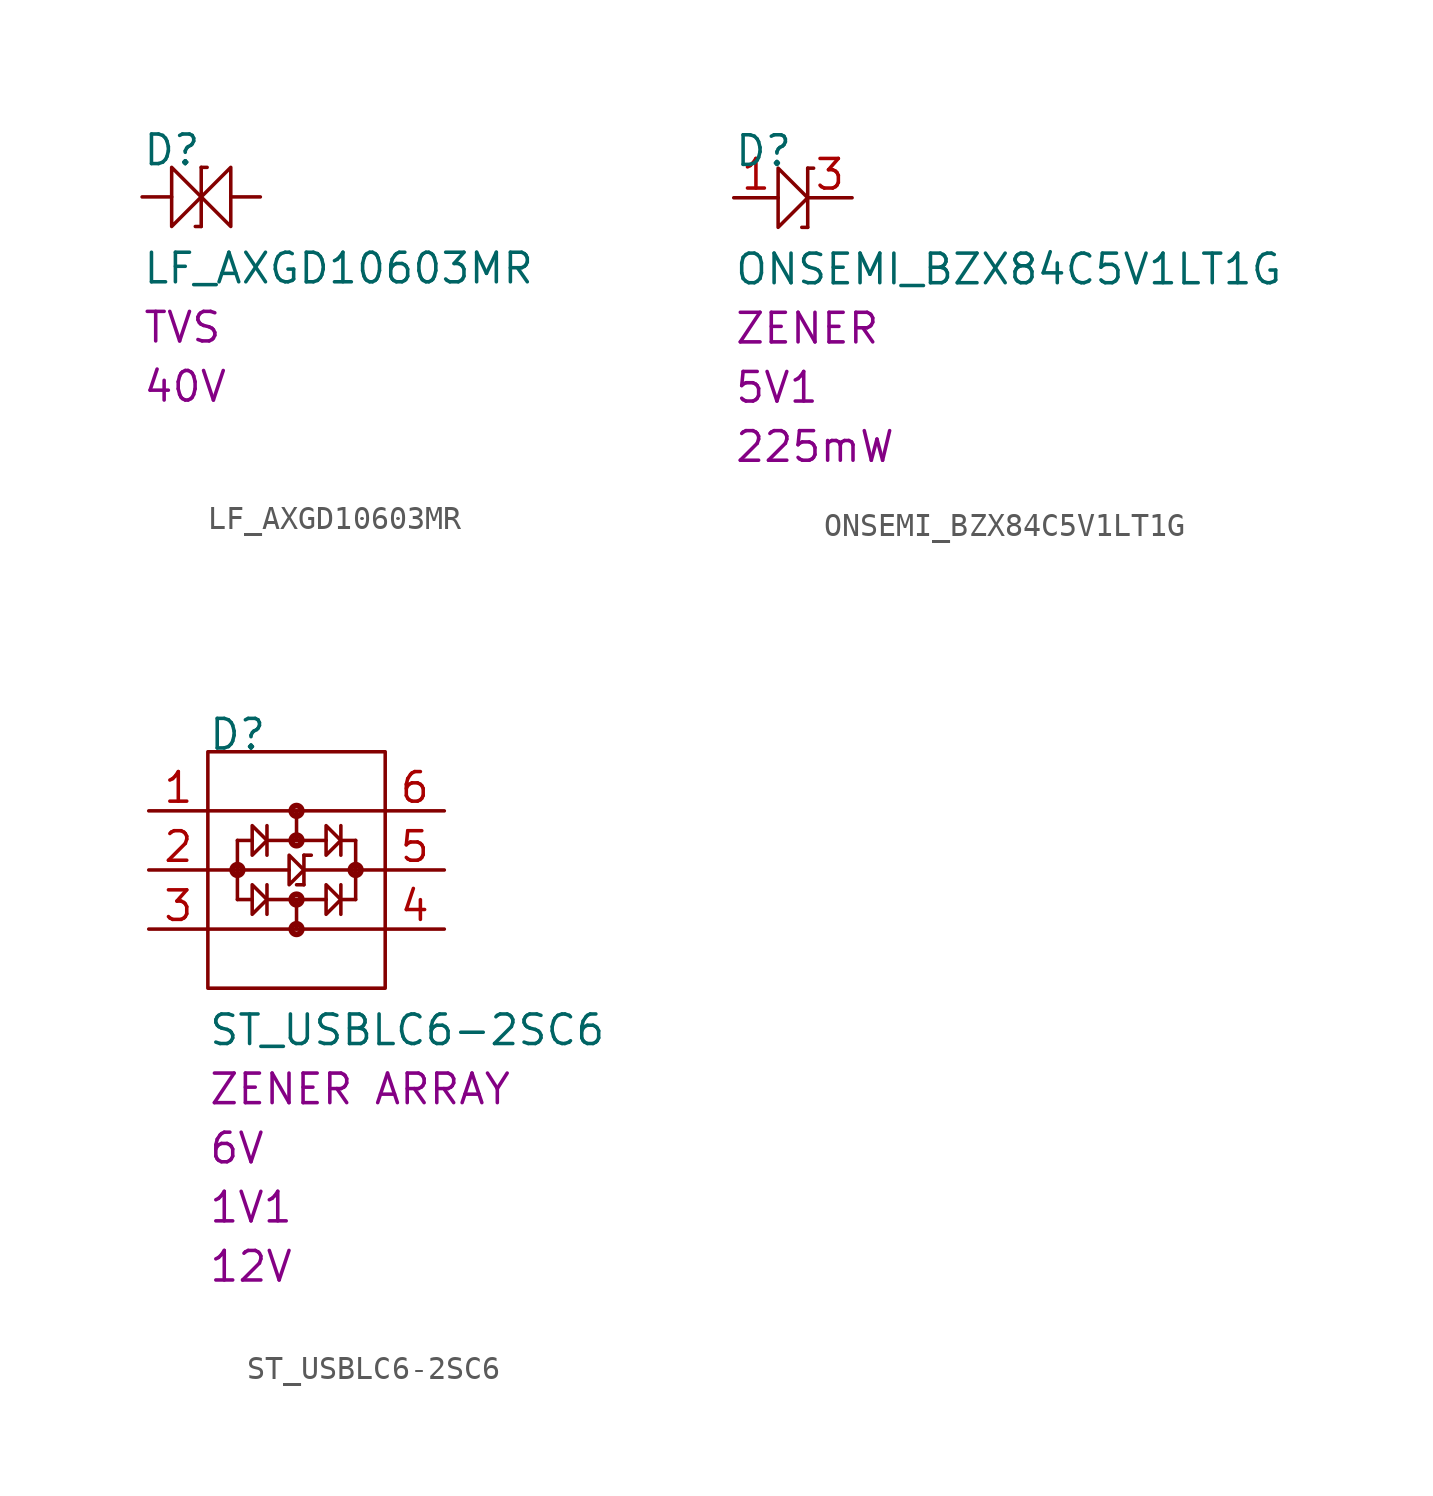
<source format=kicad_sym>
(kicad_symbol_lib
  (version 20220914)
  (generator kicad_symbol_editor)
  (symbol "LF_AXGD10603MR"
    (pin_numbers hide)
    (pin_names
      (offset 0.254) hide)
    (property "Reference" "D"
      (at 0 1.27 0)
      (effects (font (size 1.27 1.27)) (justify left bottom)))
    (property "Value" "LF_AXGD10603MR"
      (at 0 -3.81 0)
      (effects (font (size 1.27 1.27)) (justify left bottom)))
    (property "TYPE" "TVS"
      (at 0 -6.35 0)
      (effects (font (size 1.27 1.27)) (justify left bottom)))
    (property "Vbkdn" "40V"
      (at 0 -8.89 0)
      (effects (font (size 1.27 1.27)) (justify left bottom)))
    (property "POWER" ""
      (at 0 -11.43 0)
      (effects (font (size 1.27 1.27)) (justify left bottom)))
    (symbol "LF_AXGD10603MR_0_0"
      (polyline (pts (xy 2.54 -1.27) (xy 2.286 -1.27)) (stroke (width 0.152) (type default)) (fill (type none)))
      (polyline (pts (xy 2.54 -1.27) (xy 2.54 1.27)) (stroke (width 0.152) (type default)) (fill (type none)))
      (polyline (pts (xy 2.54 1.27) (xy 2.794 1.27)) (stroke (width 0.152) (type default)) (fill (type none)))
      (polyline (pts (xy 1.27 1.27) (xy 1.27 -1.27) (xy 2.54 0) (xy 1.27 1.27)) (stroke (width 0.152) (type default)) (fill (type none)))
      (polyline (pts (xy 3.81 1.27) (xy 3.81 -1.27) (xy 2.54 0) (xy 3.81 1.27)) (stroke (width 0.152) (type default)) (fill (type none))))
    (symbol "LF_AXGD10603MR_1_1"
      (pin passive line (at 0 0 0) (length 1.27) (name "~" (effects (font (size 1.27 1.27)))) (number "1" (effects (font (size 1.27 1.27)))))
      (pin passive line (at 5.08 0 180) (length 1.27) (name "~" (effects (font (size 1.27 1.27)))) (number "2" (effects (font (size 1.27 1.27)))))))
  (symbol "ONSEMI_BZX84C5V1LT1G"
    (pin_names
      (offset 0.254) hide)
    (property "Reference" "D"
      (at 0 1.27 0)
      (effects (font (size 1.27 1.27)) (justify left bottom)))
    (property "Value" "ONSEMI_BZX84C5V1LT1G"
      (at 0 -3.81 0)
      (effects (font (size 1.27 1.27)) (justify left bottom)))
    (property "TYPE" "ZENER"
      (at 0 -6.35 0)
      (effects (font (size 1.27 1.27)) (justify left bottom)))
    (property "Vbkdn" "5V1"
      (at 0 -8.89 0)
      (effects (font (size 1.27 1.27)) (justify left bottom)))
    (property "POWER" "225mW"
      (at 0 -11.43 0)
      (effects (font (size 1.27 1.27)) (justify left bottom)))
    (symbol "ONSEMI_BZX84C5V1LT1G_0_0"
      (polyline (pts (xy 3.175 -1.27) (xy 2.921 -1.27)) (stroke (width 0.152) (type default)) (fill (type none)))
      (polyline (pts (xy 3.175 -1.27) (xy 3.175 1.27)) (stroke (width 0.152) (type default)) (fill (type none)))
      (polyline (pts (xy 3.175 1.27) (xy 3.429 1.27)) (stroke (width 0.152) (type default)) (fill (type none)))
      (polyline (pts (xy 1.905 1.27) (xy 1.905 -1.27) (xy 3.175 0) (xy 1.905 1.27)) (stroke (width 0.152) (type default)) (fill (type none))))
    (symbol "ONSEMI_BZX84C5V1LT1G_1_1"
      (pin passive line (at 0 0 0) (length 1.905) (name "1" (effects (font (size 1.27 1.27)))) (number "1" (effects (font (size 1.27 1.27)))))
      (pin no_connect line (at 2.54 0 180) (length 0) hide (name "2" (effects (font (size 1.27 1.27)))) (number "2" (effects (font (size 1.27 1.27)))))
      (pin passive line (at 5.08 0 180) (length 1.905) (name "3" (effects (font (size 1.27 1.27)))) (number "3" (effects (font (size 1.27 1.27)))))))
  (symbol "ST_USBLC6-2SC6"
    (pin_names
      (offset 0.254) hide)
    (property "Reference" "D"
      (at 2.54 2.54 0)
      (effects (font (size 1.27 1.27)) (justify left bottom)))
    (property "Value" "ST_USBLC6-2SC6"
      (at 2.54 -10.16 0)
      (effects (font (size 1.27 1.27)) (justify left bottom)))
    (property "TYPE" "ZENER ARRAY"
      (at 2.54 -12.7 0)
      (effects (font (size 1.27 1.27)) (justify left bottom)))
    (property "Vbkdn" "6V"
      (at 2.54 -15.24 0)
      (effects (font (size 1.27 1.27)) (justify left bottom)))
    (property "Vf" "1V1"
      (at 2.54 -17.78 0)
      (effects (font (size 1.27 1.27)) (justify left bottom)))
    (property "Vclamp" "12V"
      (at 2.54 -20.32 0)
      (effects (font (size 1.27 1.27)) (justify left bottom)))
    (symbol "ST_USBLC6-2SC6_0_1"
      (rectangle (start 2.54 2.54) (end 10.16 -7.62) (stroke (width 0) (type default)) (fill (type none))))
    (symbol "ST_USBLC6-2SC6_1_1"
      (polyline (pts (xy 2.54 -5.08) (xy 10.16 -5.08)) (stroke (width 0) (type default)) (fill (type none)))
      (polyline (pts (xy 2.54 0) (xy 10.16 0)) (stroke (width 0) (type default)) (fill (type none)))
      (polyline (pts (xy 3.81 -1.27) (xy 3.81 -3.81)) (stroke (width 0) (type default)) (fill (type none)))
      (polyline (pts (xy 4.445 -3.81) (xy 3.81 -3.81)) (stroke (width 0) (type default)) (fill (type none)))
      (polyline (pts (xy 4.445 -1.27) (xy 3.81 -1.27)) (stroke (width 0) (type default)) (fill (type none)))
      (polyline (pts (xy 5.08 -3.175) (xy 5.08 -4.445)) (stroke (width 0) (type default)) (fill (type none)))
      (polyline (pts (xy 5.08 -0.635) (xy 5.08 -1.905)) (stroke (width 0) (type default)) (fill (type none)))
      (polyline (pts (xy 6.35 -3.81) (xy 6.35 -5.08)) (stroke (width 0) (type default)) (fill (type none)))
      (polyline (pts (xy 6.35 -1.27) (xy 5.08 -1.27)) (stroke (width 0) (type default)) (fill (type none)))
      (polyline (pts (xy 6.35 -1.27) (xy 7.62 -1.27)) (stroke (width 0) (type default)) (fill (type none)))
      (polyline (pts (xy 6.35 0) (xy 6.35 -1.27)) (stroke (width 0) (type default)) (fill (type none)))
      (polyline (pts (xy 6.668 -3.175) (xy 6.35 -3.175)) (stroke (width 0) (type default)) (fill (type none)))
      (polyline (pts (xy 6.668 -2.54) (xy 10.16 -2.54)) (stroke (width 0) (type default)) (fill (type none)))
      (polyline (pts (xy 6.668 -1.905) (xy 6.668 -3.175)) (stroke (width 0) (type default)) (fill (type none)))
      (polyline (pts (xy 6.668 -1.905) (xy 6.985 -1.905)) (stroke (width 0) (type default)) (fill (type none)))
      (polyline (pts (xy 7.62 -3.81) (xy 5.08 -3.81)) (stroke (width 0) (type default)) (fill (type none)))
      (polyline (pts (xy 8.255 -3.175) (xy 8.255 -4.445)) (stroke (width 0) (type default)) (fill (type none)))
      (polyline (pts (xy 8.255 -1.905) (xy 8.255 -0.635)) (stroke (width 0) (type default)) (fill (type none)))
      (polyline (pts (xy 8.89 -3.81) (xy 8.255 -3.81)) (stroke (width 0) (type default)) (fill (type none)))
      (polyline (pts (xy 8.89 -1.27) (xy 8.255 -1.27)) (stroke (width 0) (type default)) (fill (type none)))
      (polyline (pts (xy 8.89 -1.27) (xy 8.89 -3.81)) (stroke (width 0) (type default)) (fill (type none)))
      (polyline (pts (xy 6.032 -2.54) (xy 2.857 -2.54) (xy 2.54 -2.54)) (stroke (width 0) (type default)) (fill (type none)))
      (polyline (pts (xy 4.445 -3.175) (xy 4.445 -4.445) (xy 5.08 -3.81) (xy 4.445 -3.175)) (stroke (width 0) (type default)) (fill (type none)))
      (polyline (pts (xy 4.445 -0.635) (xy 4.445 -1.905) (xy 5.08 -1.27) (xy 4.445 -0.635)) (stroke (width 0) (type default)) (fill (type none)))
      (polyline (pts (xy 6.032 -1.905) (xy 6.032 -3.175) (xy 6.668 -2.54) (xy 6.032 -1.905)) (stroke (width 0) (type default)) (fill (type none)))
      (polyline (pts (xy 7.62 -3.175) (xy 7.62 -4.445) (xy 8.255 -3.81) (xy 7.62 -3.175)) (stroke (width 0) (type default)) (fill (type none)))
      (polyline (pts (xy 7.62 -0.635) (xy 8.255 -1.27) (xy 7.62 -1.905) (xy 7.62 -0.635)) (stroke (width 0) (type default)) (fill (type none)))
      (circle (center 3.81 -2.54) (radius 0.1) (stroke (width 0.25) (type default)) (fill (type none)))
      (circle (center 6.35 -5.08) (radius 0.1) (stroke (width 0.25) (type default)) (fill (type none)))
      (circle (center 6.35 -3.81) (radius 0.1) (stroke (width 0.25) (type default)) (fill (type none)))
      (circle (center 6.35 -1.27) (radius 0.1) (stroke (width 0.25) (type default)) (fill (type none)))
      (circle (center 6.35 0) (radius 0.1) (stroke (width 0.25) (type default)) (fill (type none)))
      (circle (center 6.35 0) (radius 0.0001) (stroke (width 0.05) (type default)) (fill (type none)))
      (circle (center 8.89 -2.54) (radius 0.1) (stroke (width 0.25) (type default)) (fill (type none)))
      (pin passive line (at 0 0 0) (length 2.54) (name "I01" (effects (font (size 1.27 1.27)))) (number "1" (effects (font (size 1.27 1.27)))))
      (pin power_in line (at 0 -2.54 0) (length 2.54) (name "GND" (effects (font (size 1.27 1.27)))) (number "2" (effects (font (size 1.27 1.27)))))
      (pin passive line (at 0 -5.08 0) (length 2.54) (name "IO2" (effects (font (size 1.27 1.27)))) (number "3" (effects (font (size 1.27 1.27)))))
      (pin passive line (at 12.7 -5.08 180) (length 2.54) (name "I02" (effects (font (size 1.27 1.27)))) (number "4" (effects (font (size 1.27 1.27)))))
      (pin power_in line (at 12.7 -2.54 180) (length 2.54) (name "VBUS" (effects (font (size 1.27 1.27)))) (number "5" (effects (font (size 1.27 1.27)))))
      (pin passive line (at 12.7 0 180) (length 2.54) (name "I01" (effects (font (size 1.27 1.27)))) (number "6" (effects (font (size 1.27 1.27))))))))
</source>
